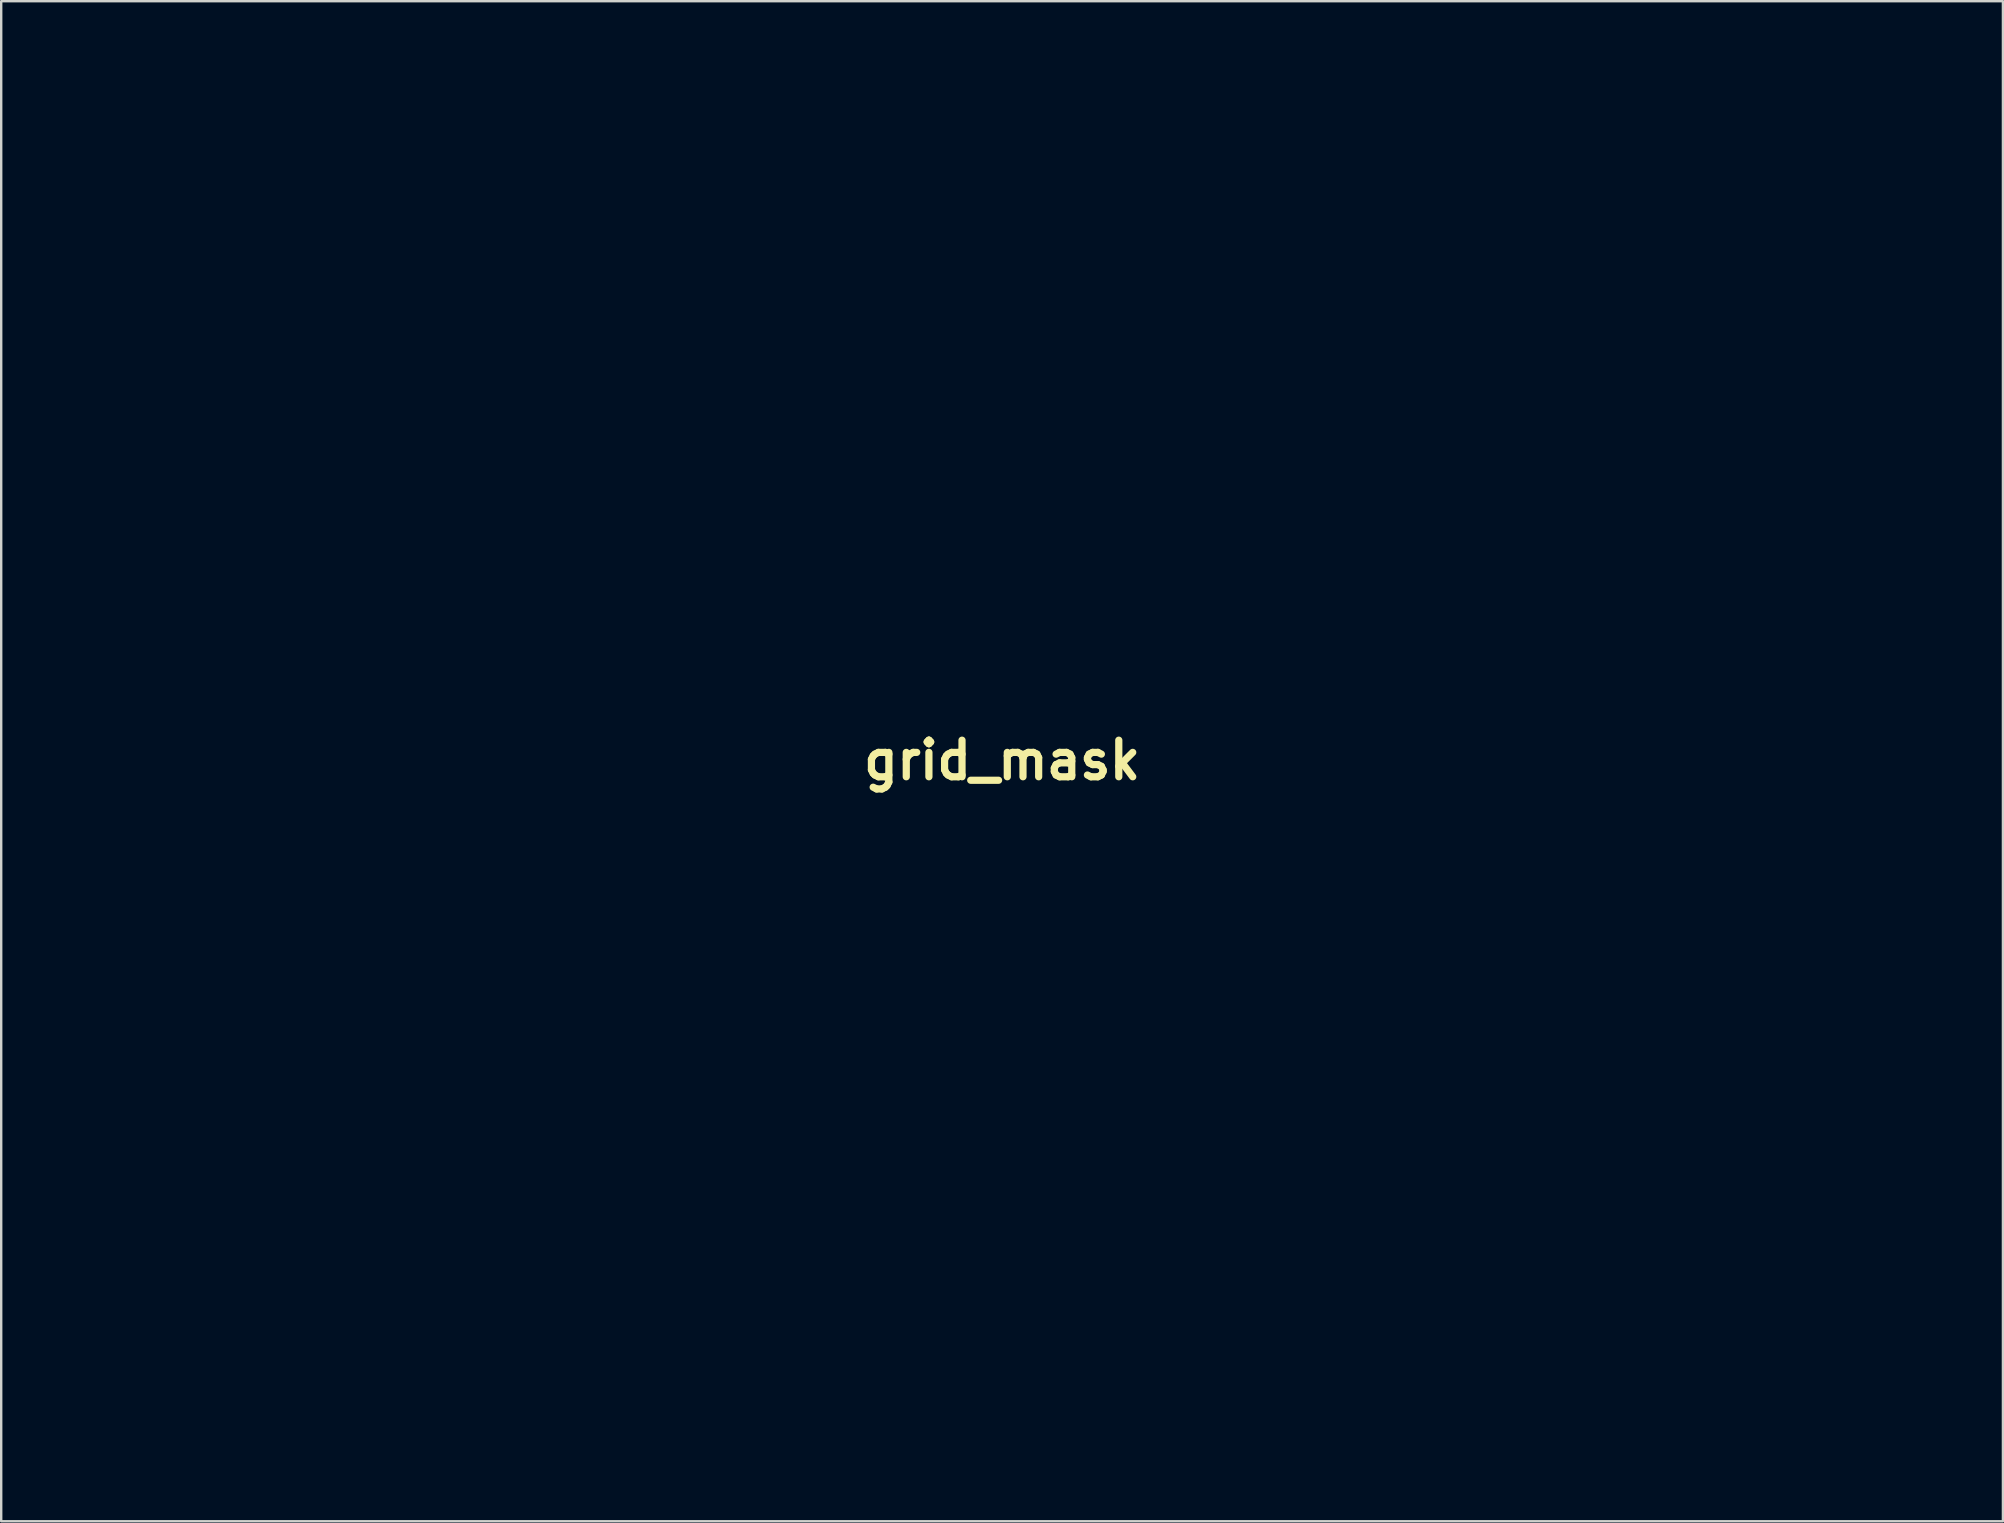
<source format=kicad_pcb>
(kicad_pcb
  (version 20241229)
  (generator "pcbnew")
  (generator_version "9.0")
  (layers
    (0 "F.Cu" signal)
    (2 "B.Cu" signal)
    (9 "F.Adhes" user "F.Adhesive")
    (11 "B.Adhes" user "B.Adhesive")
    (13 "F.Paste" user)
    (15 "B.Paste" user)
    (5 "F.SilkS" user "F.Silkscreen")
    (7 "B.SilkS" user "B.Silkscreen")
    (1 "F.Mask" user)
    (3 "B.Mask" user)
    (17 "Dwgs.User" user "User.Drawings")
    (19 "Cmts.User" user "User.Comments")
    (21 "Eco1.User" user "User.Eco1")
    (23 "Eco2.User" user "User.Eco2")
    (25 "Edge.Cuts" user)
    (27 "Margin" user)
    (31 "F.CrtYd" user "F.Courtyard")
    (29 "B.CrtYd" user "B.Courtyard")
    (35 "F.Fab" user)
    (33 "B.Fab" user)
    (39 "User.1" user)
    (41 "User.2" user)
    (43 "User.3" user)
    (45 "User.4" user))
  (footprint "grid_mask"
    (layer "F.Cu")
    (at 38.698 28.622)
    (property "Reference" "grid_mask" (at 0 0 0) (layer "F.SilkS") (effects (font (size 1.524 1.524) (thickness 0.3))))
    (attr through_hole)
    (fp_poly (pts (xy -21.759 -11.684) (xy -38.693 -11.684) (xy -38.693 -28.617) (xy -21.759 -28.617) (xy -21.759 -11.684)) (stroke (width 0.01) (type solid)) (fill yes) (layer "F.Mask"))
    (fp_poly (pts (xy -21.759 8.297) (xy -38.693 8.297) (xy -38.693 -8.213) (xy -21.759 -8.213) (xy -21.759 8.297)) (stroke (width 0.01) (type solid)) (fill yes) (layer "F.Mask"))
    (fp_poly (pts (xy -21.759 28.702) (xy -38.693 28.702) (xy -38.693 11.769) (xy -21.759 11.769) (xy -21.759 28.702)) (stroke (width 0.01) (type solid)) (fill yes) (layer "F.Mask"))
    (fp_poly (pts (xy -1.693 -11.684) (xy -18.627 -11.684) (xy -18.627 -28.617) (xy -1.693 -28.617) (xy -1.693 -11.684)) (stroke (width 0.01) (type solid)) (fill yes) (layer "F.Mask"))
    (fp_poly (pts (xy -1.693 28.702) (xy -18.627 28.702) (xy -18.627 11.769) (xy -1.693 11.769) (xy -1.693 28.702)) (stroke (width 0.01) (type solid)) (fill yes) (layer "F.Mask"))
    (fp_poly (pts (xy 18.288 -11.684) (xy 1.693 -11.684) (xy 1.693 -28.617) (xy 18.288 -28.617) (xy 18.288 -11.684)) (stroke (width 0.01) (type solid)) (fill yes) (layer "F.Mask"))
    (fp_poly (pts (xy 18.288 28.702) (xy 1.693 28.702) (xy 1.693 11.769) (xy 18.288 11.769) (xy 18.288 28.702)) (stroke (width 0.01) (type solid)) (fill yes) (layer "F.Mask"))
    (fp_poly (pts (xy 38.693 -11.684) (xy 21.759 -11.684) (xy 21.759 -28.617) (xy 38.693 -28.617) (xy 38.693 -11.684)) (stroke (width 0.01) (type solid)) (fill yes) (layer "F.Mask"))
    (fp_poly (pts (xy 38.693 8.297) (xy 21.759 8.297) (xy 21.759 -8.213) (xy 38.693 -8.213) (xy 38.693 8.297)) (stroke (width 0.01) (type solid)) (fill yes) (layer "F.Mask"))
    (fp_poly (pts (xy 38.693 28.702) (xy 21.759 28.702) (xy 21.759 11.769) (xy 38.693 11.769) (xy 38.693 28.702)) (stroke (width 0.01) (type solid)) (fill yes) (layer "F.Mask")))
  (gr_rect
    (start -3 -3)
    (end 80.395 60.329)
    (stroke (width 0.1) (type default))
    (fill no)
    (layer "Edge.Cuts")))
</source>
